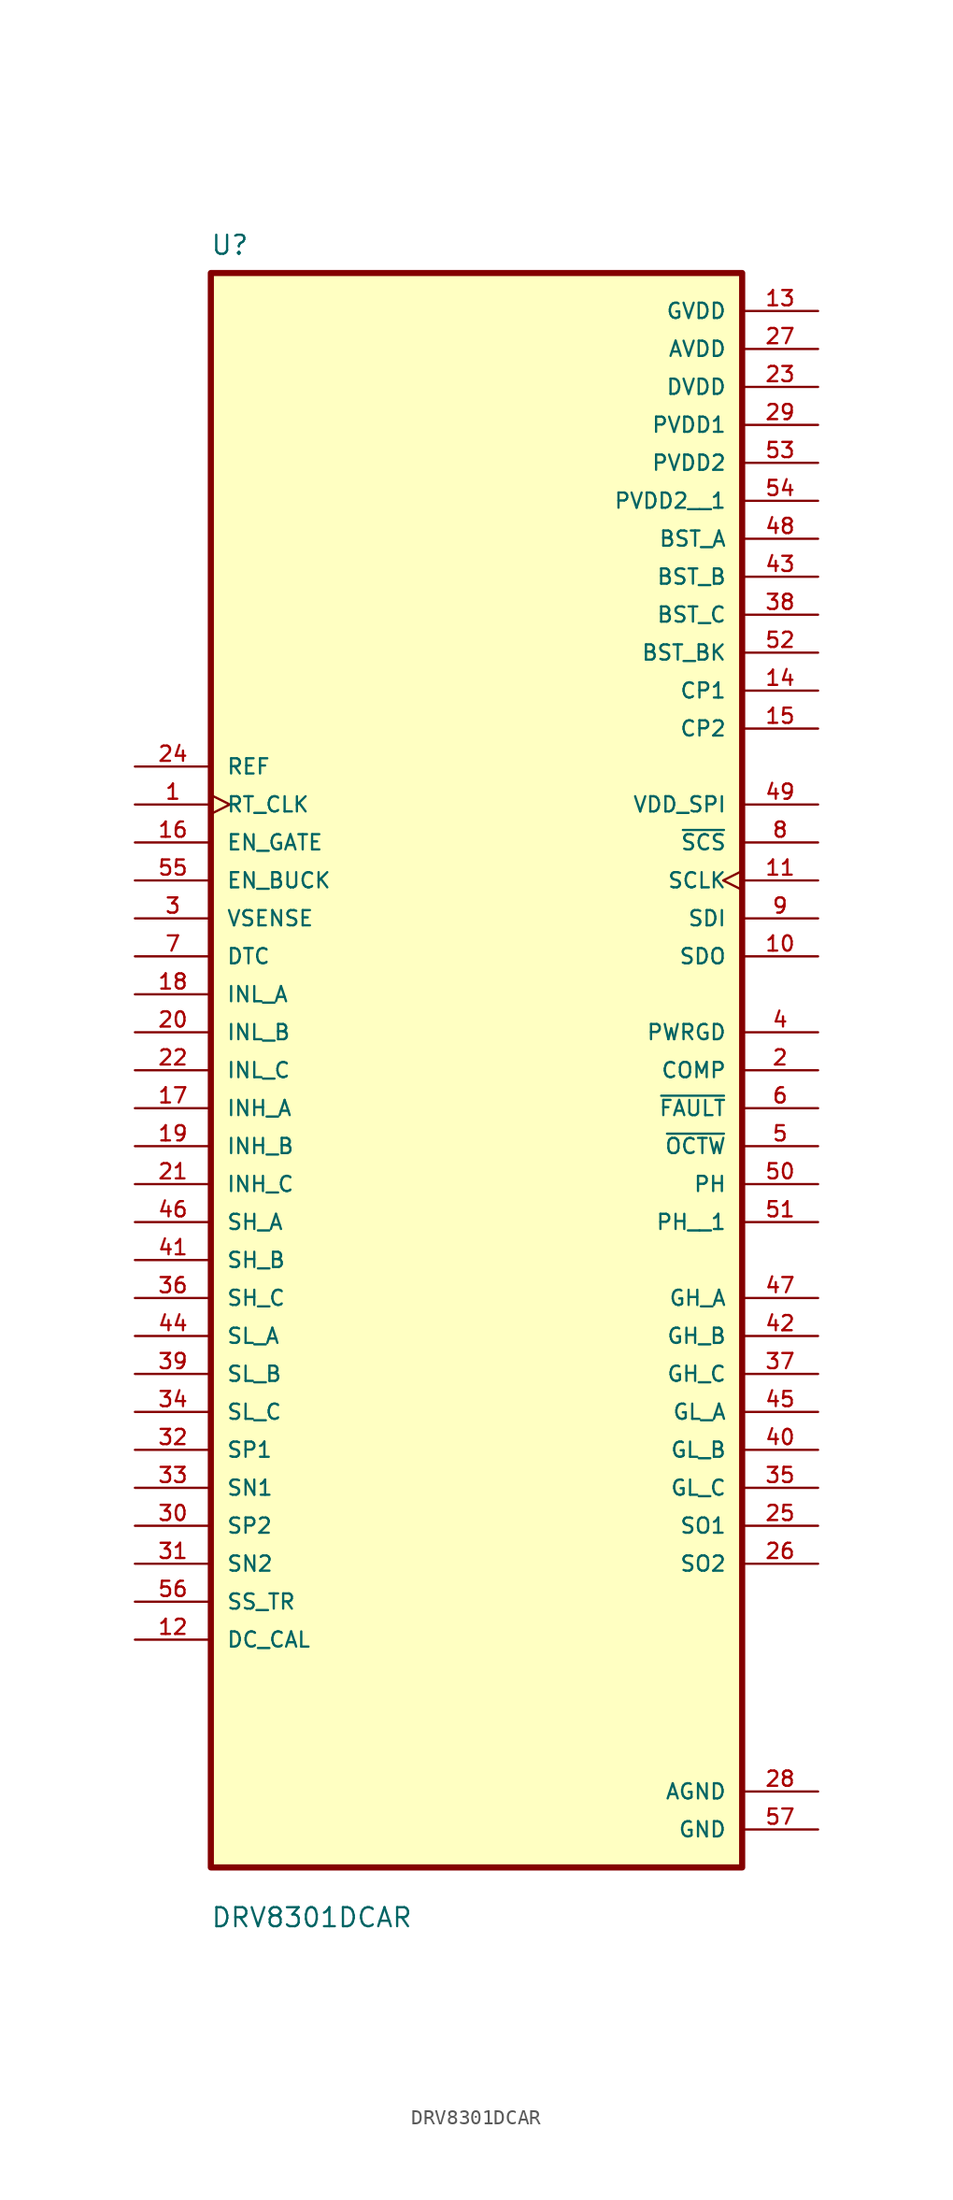
<source format=kicad_sym>
(kicad_symbol_lib
  (version 20211014)
  (generator kicad_symbol_editor)
  (symbol "DRV8301DCAR"
    (pin_names
      (offset 1.016))
    (property "Reference" "U"
      (at -17.82 51.928 0.0)
      (effects (font (size 1.27 1.27)) (justify bottom left)))
    (property "Value" "DRV8301DCAR"
      (at -17.808 -59.973 0.0)
      (effects (font (size 1.27 1.27)) (justify bottom left)))
    (symbol "DRV8301DCAR_0_0"
      (rectangle (start -17.78 -55.88) (end 17.78 50.8) (stroke (width 0.41)) (fill (type background)))
      (pin input line (at -22.86 -40.64 0) (length 5.08) (name "DC_CAL" (effects (font (size 1.016 1.016)))) (number "12" (effects (font (size 1.016 1.016)))))
      (pin input line (at -22.86 5.08 0) (length 5.08) (name "DTC" (effects (font (size 1.016 1.016)))) (number "7" (effects (font (size 1.016 1.016)))))
      (pin input line (at -22.86 10.16 0) (length 5.08) (name "EN_BUCK" (effects (font (size 1.016 1.016)))) (number "55" (effects (font (size 1.016 1.016)))))
      (pin input line (at -22.86 12.7 0) (length 5.08) (name "EN_GATE" (effects (font (size 1.016 1.016)))) (number "16" (effects (font (size 1.016 1.016)))))
      (pin input line (at -22.86 -5.08 0) (length 5.08) (name "INH_A" (effects (font (size 1.016 1.016)))) (number "17" (effects (font (size 1.016 1.016)))))
      (pin input line (at -22.86 -7.62 0) (length 5.08) (name "INH_B" (effects (font (size 1.016 1.016)))) (number "19" (effects (font (size 1.016 1.016)))))
      (pin input line (at -22.86 -10.16 0) (length 5.08) (name "INH_C" (effects (font (size 1.016 1.016)))) (number "21" (effects (font (size 1.016 1.016)))))
      (pin input line (at -22.86 2.54 0) (length 5.08) (name "INL_A" (effects (font (size 1.016 1.016)))) (number "18" (effects (font (size 1.016 1.016)))))
      (pin input line (at -22.86 0.0 0) (length 5.08) (name "INL_B" (effects (font (size 1.016 1.016)))) (number "20" (effects (font (size 1.016 1.016)))))
      (pin input line (at -22.86 -2.54 0) (length 5.08) (name "INL_C" (effects (font (size 1.016 1.016)))) (number "22" (effects (font (size 1.016 1.016)))))
      (pin input line (at 22.86 12.7 180.0) (length 5.08) (name "~{SCS}" (effects (font (size 1.016 1.016)))) (number "8" (effects (font (size 1.016 1.016)))))
      (pin input line (at -22.86 17.78 0) (length 5.08) (name "REF" (effects (font (size 1.016 1.016)))) (number "24" (effects (font (size 1.016 1.016)))))
      (pin input clock (at -22.86 15.24 0) (length 5.08) (name "RT_CLK" (effects (font (size 1.016 1.016)))) (number "1" (effects (font (size 1.016 1.016)))))
      (pin input clock (at 22.86 10.16 180.0) (length 5.08) (name "SCLK" (effects (font (size 1.016 1.016)))) (number "11" (effects (font (size 1.016 1.016)))))
      (pin input line (at 22.86 7.62 180.0) (length 5.08) (name "SDI" (effects (font (size 1.016 1.016)))) (number "9" (effects (font (size 1.016 1.016)))))
      (pin input line (at -22.86 -12.7 0) (length 5.08) (name "SH_A" (effects (font (size 1.016 1.016)))) (number "46" (effects (font (size 1.016 1.016)))))
      (pin input line (at -22.86 -15.24 0) (length 5.08) (name "SH_B" (effects (font (size 1.016 1.016)))) (number "41" (effects (font (size 1.016 1.016)))))
      (pin input line (at -22.86 -17.78 0) (length 5.08) (name "SH_C" (effects (font (size 1.016 1.016)))) (number "36" (effects (font (size 1.016 1.016)))))
      (pin input line (at -22.86 -20.32 0) (length 5.08) (name "SL_A" (effects (font (size 1.016 1.016)))) (number "44" (effects (font (size 1.016 1.016)))))
      (pin input line (at -22.86 -22.86 0) (length 5.08) (name "SL_B" (effects (font (size 1.016 1.016)))) (number "39" (effects (font (size 1.016 1.016)))))
      (pin input line (at -22.86 -25.4 0) (length 5.08) (name "SL_C" (effects (font (size 1.016 1.016)))) (number "34" (effects (font (size 1.016 1.016)))))
      (pin input line (at -22.86 -30.48 0) (length 5.08) (name "SN1" (effects (font (size 1.016 1.016)))) (number "33" (effects (font (size 1.016 1.016)))))
      (pin input line (at -22.86 -35.56 0) (length 5.08) (name "SN2" (effects (font (size 1.016 1.016)))) (number "31" (effects (font (size 1.016 1.016)))))
      (pin input line (at -22.86 -27.94 0) (length 5.08) (name "SP1" (effects (font (size 1.016 1.016)))) (number "32" (effects (font (size 1.016 1.016)))))
      (pin input line (at -22.86 -33.02 0) (length 5.08) (name "SP2" (effects (font (size 1.016 1.016)))) (number "30" (effects (font (size 1.016 1.016)))))
      (pin input line (at -22.86 -38.1 0) (length 5.08) (name "SS_TR" (effects (font (size 1.016 1.016)))) (number "56" (effects (font (size 1.016 1.016)))))
      (pin input line (at 22.86 15.24 180.0) (length 5.08) (name "VDD_SPI" (effects (font (size 1.016 1.016)))) (number "49" (effects (font (size 1.016 1.016)))))
      (pin input line (at -22.86 7.62 0) (length 5.08) (name "VSENSE" (effects (font (size 1.016 1.016)))) (number "3" (effects (font (size 1.016 1.016)))))
      (pin power_in line (at 22.86 -50.8 180.0) (length 5.08) (name "AGND" (effects (font (size 1.016 1.016)))) (number "28" (effects (font (size 1.016 1.016)))))
      (pin power_in line (at 22.86 45.72 180.0) (length 5.08) (name "AVDD" (effects (font (size 1.016 1.016)))) (number "27" (effects (font (size 1.016 1.016)))))
      (pin power_in line (at 22.86 33.02 180.0) (length 5.08) (name "BST_A" (effects (font (size 1.016 1.016)))) (number "48" (effects (font (size 1.016 1.016)))))
      (pin power_in line (at 22.86 30.48 180.0) (length 5.08) (name "BST_B" (effects (font (size 1.016 1.016)))) (number "43" (effects (font (size 1.016 1.016)))))
      (pin power_in line (at 22.86 25.4 180.0) (length 5.08) (name "BST_BK" (effects (font (size 1.016 1.016)))) (number "52" (effects (font (size 1.016 1.016)))))
      (pin power_in line (at 22.86 27.94 180.0) (length 5.08) (name "BST_C" (effects (font (size 1.016 1.016)))) (number "38" (effects (font (size 1.016 1.016)))))
      (pin power_in line (at 22.86 22.86 180.0) (length 5.08) (name "CP1" (effects (font (size 1.016 1.016)))) (number "14" (effects (font (size 1.016 1.016)))))
      (pin power_in line (at 22.86 20.32 180.0) (length 5.08) (name "CP2" (effects (font (size 1.016 1.016)))) (number "15" (effects (font (size 1.016 1.016)))))
      (pin power_in line (at 22.86 43.18 180.0) (length 5.08) (name "DVDD" (effects (font (size 1.016 1.016)))) (number "23" (effects (font (size 1.016 1.016)))))
      (pin power_in line (at 22.86 -53.34 180.0) (length 5.08) (name "GND" (effects (font (size 1.016 1.016)))) (number "57" (effects (font (size 1.016 1.016)))))
      (pin power_in line (at 22.86 48.26 180.0) (length 5.08) (name "GVDD" (effects (font (size 1.016 1.016)))) (number "13" (effects (font (size 1.016 1.016)))))
      (pin power_in line (at 22.86 40.64 180.0) (length 5.08) (name "PVDD1" (effects (font (size 1.016 1.016)))) (number "29" (effects (font (size 1.016 1.016)))))
      (pin power_in line (at 22.86 38.1 180.0) (length 5.08) (name "PVDD2" (effects (font (size 1.016 1.016)))) (number "53" (effects (font (size 1.016 1.016)))))
      (pin output line (at 22.86 -2.54 180.0) (length 5.08) (name "COMP" (effects (font (size 1.016 1.016)))) (number "2" (effects (font (size 1.016 1.016)))))
      (pin output line (at 22.86 -17.78 180.0) (length 5.08) (name "GH_A" (effects (font (size 1.016 1.016)))) (number "47" (effects (font (size 1.016 1.016)))))
      (pin output line (at 22.86 -20.32 180.0) (length 5.08) (name "GH_B" (effects (font (size 1.016 1.016)))) (number "42" (effects (font (size 1.016 1.016)))))
      (pin output line (at 22.86 -22.86 180.0) (length 5.08) (name "GH_C" (effects (font (size 1.016 1.016)))) (number "37" (effects (font (size 1.016 1.016)))))
      (pin output line (at 22.86 -25.4 180.0) (length 5.08) (name "GL_A" (effects (font (size 1.016 1.016)))) (number "45" (effects (font (size 1.016 1.016)))))
      (pin output line (at 22.86 -27.94 180.0) (length 5.08) (name "GL_B" (effects (font (size 1.016 1.016)))) (number "40" (effects (font (size 1.016 1.016)))))
      (pin output line (at 22.86 -30.48 180.0) (length 5.08) (name "GL_C" (effects (font (size 1.016 1.016)))) (number "35" (effects (font (size 1.016 1.016)))))
      (pin output line (at 22.86 -5.08 180.0) (length 5.08) (name "~{FAULT}" (effects (font (size 1.016 1.016)))) (number "6" (effects (font (size 1.016 1.016)))))
      (pin output line (at 22.86 -7.62 180.0) (length 5.08) (name "~{OCTW}" (effects (font (size 1.016 1.016)))) (number "5" (effects (font (size 1.016 1.016)))))
      (pin output line (at 22.86 -10.16 180.0) (length 5.08) (name "PH" (effects (font (size 1.016 1.016)))) (number "50" (effects (font (size 1.016 1.016)))))
      (pin output line (at 22.86 0.0 180.0) (length 5.08) (name "PWRGD" (effects (font (size 1.016 1.016)))) (number "4" (effects (font (size 1.016 1.016)))))
      (pin output line (at 22.86 5.08 180.0) (length 5.08) (name "SDO" (effects (font (size 1.016 1.016)))) (number "10" (effects (font (size 1.016 1.016)))))
      (pin output line (at 22.86 -33.02 180.0) (length 5.08) (name "SO1" (effects (font (size 1.016 1.016)))) (number "25" (effects (font (size 1.016 1.016)))))
      (pin output line (at 22.86 -35.56 180.0) (length 5.08) (name "SO2" (effects (font (size 1.016 1.016)))) (number "26" (effects (font (size 1.016 1.016)))))
      (pin power_in line (at 22.86 35.56 180.0) (length 5.08) (name "PVDD2__1" (effects (font (size 1.016 1.016)))) (number "54" (effects (font (size 1.016 1.016)))))
      (pin output line (at 22.86 -12.7 180.0) (length 5.08) (name "PH__1" (effects (font (size 1.016 1.016)))) (number "51" (effects (font (size 1.016 1.016))))))))
</source>
